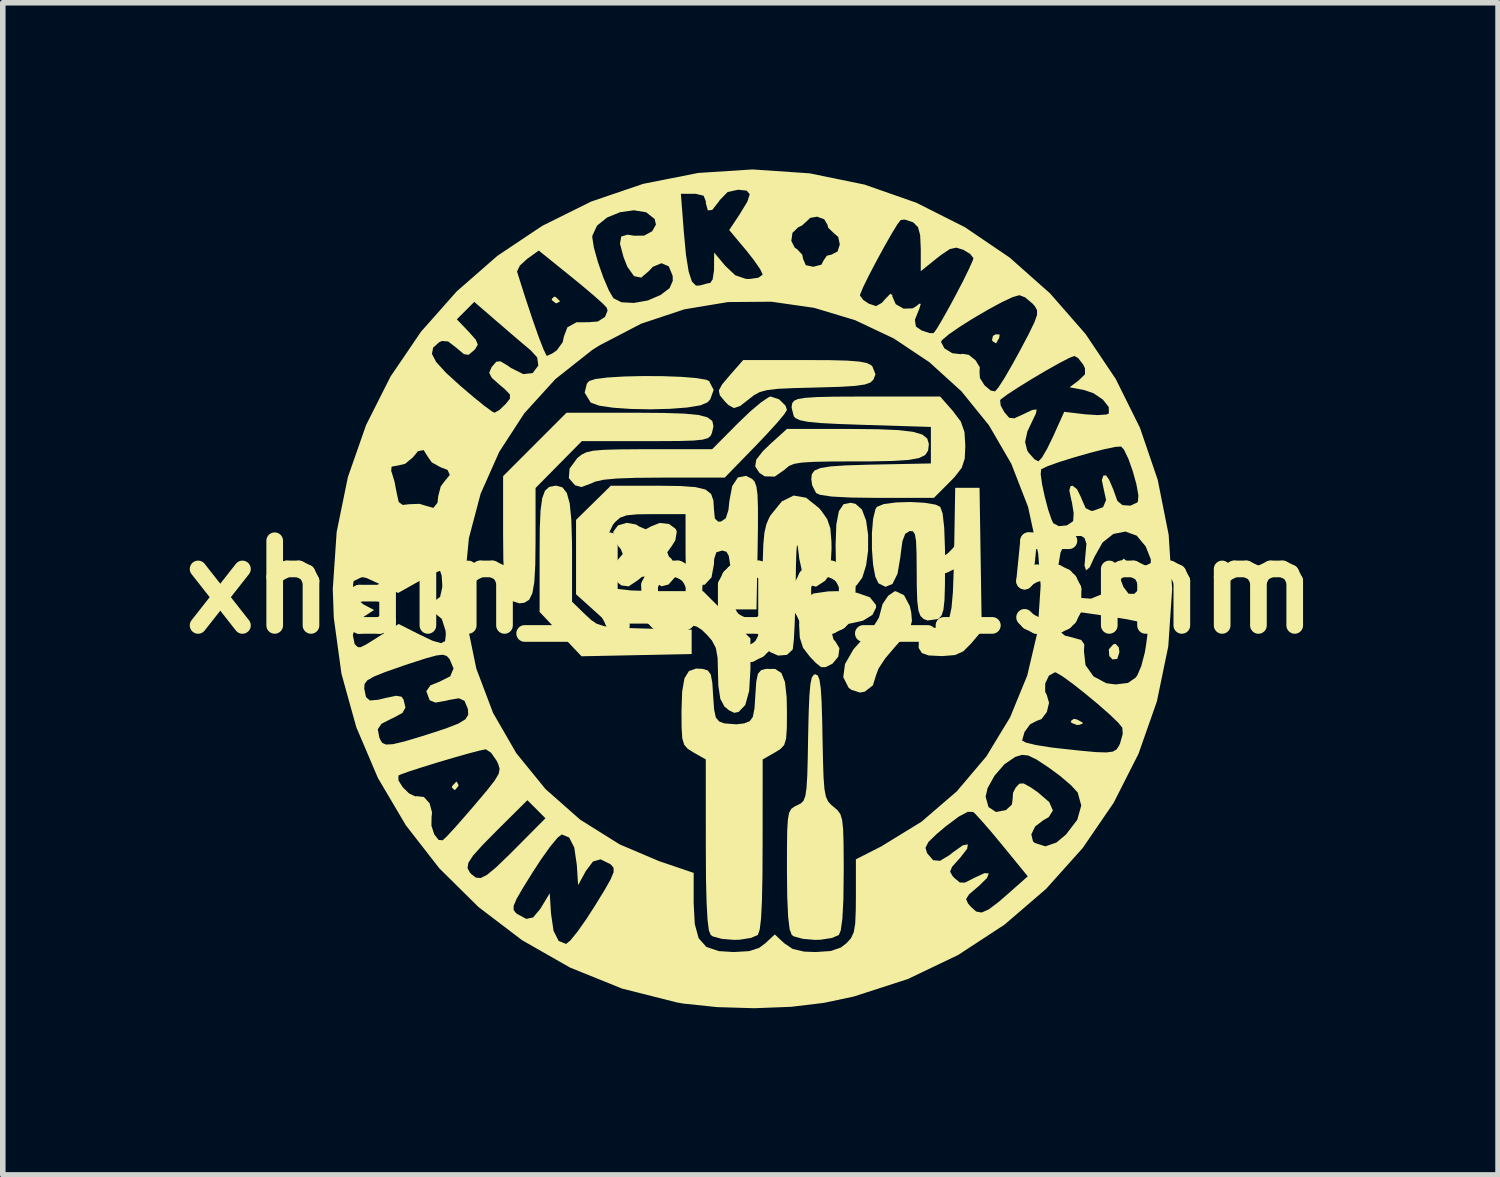
<source format=kicad_pcb>
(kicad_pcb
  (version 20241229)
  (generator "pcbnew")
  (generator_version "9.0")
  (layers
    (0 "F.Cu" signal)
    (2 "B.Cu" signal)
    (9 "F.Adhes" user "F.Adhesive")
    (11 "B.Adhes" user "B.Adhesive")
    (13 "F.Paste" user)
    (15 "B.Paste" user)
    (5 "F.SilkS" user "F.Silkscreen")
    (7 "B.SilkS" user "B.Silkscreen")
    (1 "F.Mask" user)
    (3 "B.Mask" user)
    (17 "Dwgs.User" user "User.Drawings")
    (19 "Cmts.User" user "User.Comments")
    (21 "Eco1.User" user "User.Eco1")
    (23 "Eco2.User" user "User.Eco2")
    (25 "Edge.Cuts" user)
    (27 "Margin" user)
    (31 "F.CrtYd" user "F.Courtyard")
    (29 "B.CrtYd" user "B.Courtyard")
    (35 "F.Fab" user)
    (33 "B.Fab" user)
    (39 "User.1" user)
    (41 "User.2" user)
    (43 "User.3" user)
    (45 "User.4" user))
  (footprint "xhain_logo_15mm"
    (layer "F.Cu")
    (at 10.458 7.518)
    (property "Reference" "xhain_logo_15mm" (at 0 0 0) (layer "F.SilkS") (effects (font (size 1.524 1.524) (thickness 0.3))))
    (attr board_only exclude_from_pos_files exclude_from_bom)
    (fp_poly (pts (xy 4.486 -4.547) (xy 4.477 -4.485) (xy 4.421 -4.387) (xy 4.361 -4.424) (xy 4.348 -4.445) (xy 4.366 -4.522) (xy 4.413 -4.55)) (stroke (width 0) (type solid)) (fill yes) (layer "F.SilkS"))
    (fp_poly (pts (xy -5.256 3.56) (xy -5.255 3.576) (xy -5.311 3.647) (xy -5.332 3.649) (xy -5.376 3.605) (xy -5.365 3.576) (xy -5.299 3.507) (xy -5.287 3.503)) (stroke (width 0) (type solid)) (fill yes) (layer "F.SilkS"))
    (fp_poly (pts (xy -3.503 -5.219) (xy -3.434 -5.153) (xy -3.43 -5.141) (xy -3.487 -5.11) (xy -3.503 -5.109) (xy -3.574 -5.165) (xy -3.576 -5.186) (xy -3.532 -5.23)) (stroke (width 0) (type solid)) (fill yes) (layer "F.SilkS"))
    (fp_poly (pts (xy 5.876 2.382) (xy 5.972 2.434) (xy 5.985 2.453) (xy 5.925 2.478) (xy 5.876 2.482) (xy 5.778 2.443) (xy 5.766 2.411) (xy 5.82 2.371)) (stroke (width 0) (type solid)) (fill yes) (layer "F.SilkS"))
    (fp_poly (pts (xy 6.629 1.083) (xy 6.642 1.168) (xy 6.603 1.292) (xy 6.518 1.302) (xy 6.459 1.241) (xy 6.451 1.12) (xy 6.53 1.031) (xy 6.573 1.022)) (stroke (width 0) (type solid)) (fill yes) (layer "F.SilkS"))
    (fp_poly (pts (xy 1.892 -1.498) (xy 2.007 -1.396) (xy 2.082 -1.198) (xy 2.118 -0.941) (xy 2.118 -0.66) (xy 2.082 -0.392) (xy 2.013 -0.17) (xy 1.911 -0.032) (xy 1.825 -0.003) (xy 1.739 -0.037) (xy 1.66 -0.079) (xy 1.596 -0.141) (xy 1.557 -0.257) (xy 1.538 -0.457) (xy 1.533 -0.761) (xy 1.546 -1.129) (xy 1.592 -1.367) (xy 1.676 -1.492) (xy 1.807 -1.518)) (stroke (width 0) (type solid)) (fill yes) (layer "F.SilkS"))
    (fp_poly (pts (xy 4.144 -0.5) (xy 4.164 0.788) (xy 3.973 1.014) (xy 3.831 1.157) (xy 3.682 1.223) (xy 3.459 1.241) (xy 3.429 1.241) (xy 3.206 1.23) (xy 3.086 1.187) (xy 3.029 1.096) (xy 3.028 1.091) (xy 3.033 0.906) (xy 3.151 0.773) (xy 3.321 0.73) (xy 3.435 0.717) (xy 3.519 0.667) (xy 3.579 0.559) (xy 3.619 0.375) (xy 3.644 0.095) (xy 3.659 -0.298) (xy 3.666 -0.626) (xy 3.686 -1.788) (xy 4.124 -1.788)) (stroke (width 0) (type solid)) (fill yes) (layer "F.SilkS"))
    (fp_poly (pts (xy -1.578 -3.797) (xy -1.248 -3.785) (xy -0.976 -3.763) (xy -0.795 -3.732) (xy -0.744 -3.708) (xy -0.662 -3.549) (xy -0.724 -3.379) (xy -0.772 -3.326) (xy -0.9 -3.272) (xy -1.138 -3.233) (xy -1.45 -3.209) (xy -1.8 -3.2) (xy -2.153 -3.207) (xy -2.472 -3.229) (xy -2.722 -3.266) (xy -2.868 -3.318) (xy -2.878 -3.326) (xy -2.984 -3.499) (xy -2.945 -3.661) (xy -2.905 -3.708) (xy -2.795 -3.745) (xy -2.574 -3.773) (xy -2.274 -3.791) (xy -1.931 -3.799)) (stroke (width 0) (type solid)) (fill yes) (layer "F.SilkS"))
    (fp_poly (pts (xy 2.765 0.146) (xy 2.868 0.34) (xy 2.894 0.456) (xy 2.907 0.608) (xy 2.874 0.736) (xy 2.775 0.882) (xy 2.6 1.078) (xy 2.427 1.282) (xy 2.306 1.465) (xy 2.263 1.58) (xy 2.204 1.769) (xy 2.056 1.883) (xy 1.971 1.898) (xy 1.817 1.849) (xy 1.766 1.81) (xy 1.671 1.621) (xy 1.702 1.385) (xy 1.854 1.12) (xy 2.007 0.949) (xy 2.198 0.735) (xy 2.313 0.55) (xy 2.336 0.464) (xy 2.378 0.306) (xy 2.478 0.157) (xy 2.593 0.077) (xy 2.615 0.074)) (stroke (width 0) (type solid)) (fill yes) (layer "F.SilkS"))
    (fp_poly (pts (xy -3.383 -1.795) (xy -3.305 -1.694) (xy -3.253 -1.506) (xy -3.224 -1.211) (xy -3.212 -0.794) (xy -3.211 -0.64) (xy -3.211 0.263) (xy -2.973 0.494) (xy -2.866 0.593) (xy -2.767 0.66) (xy -2.644 0.701) (xy -2.466 0.724) (xy -2.199 0.737) (xy -1.897 0.746) (xy -1.058 0.766) (xy -1.058 1.204) (xy -2.049 1.225) (xy -3.041 1.245) (xy -3.418 0.846) (xy -3.795 0.447) (xy -3.795 -0.601) (xy -3.792 -1.054) (xy -3.778 -1.38) (xy -3.748 -1.6) (xy -3.698 -1.735) (xy -3.623 -1.803) (xy -3.518 -1.824) (xy -3.491 -1.825)) (stroke (width 0) (type solid)) (fill yes) (layer "F.SilkS"))
    (fp_poly (pts (xy 1.918 0.102) (xy 2.151 0.184) (xy 2.257 0.318) (xy 2.263 0.365) (xy 2.197 0.499) (xy 2.027 0.604) (xy 1.797 0.655) (xy 1.747 0.657) (xy 1.557 0.67) (xy 1.474 0.722) (xy 1.46 0.799) (xy 1.493 0.938) (xy 1.533 0.985) (xy 1.602 1.1) (xy 1.581 1.252) (xy 1.479 1.376) (xy 1.465 1.384) (xy 1.351 1.441) (xy 1.273 1.441) (xy 1.181 1.368) (xy 1.072 1.255) (xy 0.947 1.093) (xy 0.889 0.912) (xy 0.876 0.676) (xy 0.896 0.393) (xy 0.974 0.213) (xy 1.133 0.115) (xy 1.399 0.077) (xy 1.569 0.073)) (stroke (width 0) (type solid)) (fill yes) (layer "F.SilkS"))
    (fp_poly (pts (xy 2.294 -2.842) (xy 2.666 -2.826) (xy 2.926 -2.795) (xy 3.093 -2.746) (xy 3.182 -2.675) (xy 3.211 -2.58) (xy 3.211 -2.567) (xy 3.198 -2.458) (xy 3.146 -2.378) (xy 3.036 -2.324) (xy 2.848 -2.289) (xy 2.564 -2.271) (xy 2.163 -2.263) (xy 1.894 -2.263) (xy 1.459 -2.261) (xy 1.145 -2.255) (xy 0.929 -2.242) (xy 0.788 -2.219) (xy 0.698 -2.183) (xy 0.634 -2.131) (xy 0.62 -2.117) (xy 0.437 -1.989) (xy 0.254 -1.994) (xy 0.161 -2.058) (xy 0.086 -2.172) (xy 0.105 -2.295) (xy 0.229 -2.453) (xy 0.365 -2.583) (xy 0.657 -2.847) (xy 1.793 -2.847)) (stroke (width 0) (type solid)) (fill yes) (layer "F.SilkS"))
    (fp_poly (pts (xy 1.425 -4.085) (xy 1.741 -4.077) (xy 1.957 -4.06) (xy 2.093 -4.034) (xy 2.172 -3.995) (xy 2.195 -3.972) (xy 2.251 -3.831) (xy 2.214 -3.735) (xy 2.16 -3.683) (xy 2.059 -3.647) (xy 1.885 -3.622) (xy 1.616 -3.605) (xy 1.228 -3.594) (xy 1.168 -3.592) (xy 0.771 -3.582) (xy 0.491 -3.569) (xy 0.299 -3.546) (xy 0.168 -3.511) (xy 0.068 -3.457) (xy -0.016 -3.392) (xy -0.187 -3.259) (xy -0.299 -3.223) (xy -0.398 -3.278) (xy -0.463 -3.345) (xy -0.551 -3.453) (xy -0.569 -3.54) (xy -0.508 -3.651) (xy -0.359 -3.827) (xy -0.357 -3.829) (xy -0.131 -4.087) (xy 0.984 -4.087)) (stroke (width 0) (type solid)) (fill yes) (layer "F.SilkS"))
    (fp_poly (pts (xy 0.516 -3.38) (xy 0.632 -3.266) (xy 0.657 -3.189) (xy 0.609 -3.112) (xy 0.479 -2.956) (xy 0.287 -2.746) (xy 0.097 -2.546) (xy -0.463 -1.971) (xy -1.584 -1.971) (xy -2.055 -1.967) (xy -2.4 -1.955) (xy -2.64 -1.933) (xy -2.795 -1.899) (xy -2.867 -1.866) (xy -3.044 -1.801) (xy -3.157 -1.833) (xy -3.269 -1.962) (xy -3.255 -2.134) (xy -3.116 -2.323) (xy -3.042 -2.383) (xy -2.956 -2.426) (xy -2.831 -2.455) (xy -2.643 -2.471) (xy -2.368 -2.479) (xy -1.98 -2.482) (xy -1.818 -2.482) (xy -0.689 -2.482) (xy -0.219 -2.956) (xy 0.001 -3.166) (xy 0.194 -3.328) (xy 0.33 -3.419) (xy 0.366 -3.43)) (stroke (width 0) (type solid)) (fill yes) (layer "F.SilkS"))
    (fp_poly (pts (xy -1.564 -3.135) (xy -1.192 -3.123) (xy -0.933 -3.098) (xy -0.77 -3.054) (xy -0.686 -2.989) (xy -0.666 -2.897) (xy -0.692 -2.777) (xy -0.718 -2.721) (xy -0.767 -2.681) (xy -0.862 -2.654) (xy -1.025 -2.638) (xy -1.279 -2.63) (xy -1.644 -2.628) (xy -1.887 -2.628) (xy -3.034 -2.628) (xy -3.451 -2.206) (xy -3.868 -1.784) (xy -3.868 -0.834) (xy -3.873 -0.4) (xy -3.89 -0.093) (xy -3.925 0.11) (xy -3.983 0.228) (xy -4.07 0.282) (xy -4.16 0.292) (xy -4.314 0.243) (xy -4.365 0.204) (xy -4.405 0.097) (xy -4.432 -0.136) (xy -4.448 -0.503) (xy -4.452 -0.94) (xy -4.452 -1.997) (xy -3.882 -2.568) (xy -3.311 -3.139) (xy -2.066 -3.139)) (stroke (width 0) (type solid)) (fill yes) (layer "F.SilkS"))
    (fp_poly (pts (xy -2.056 -1.126) (xy -2.003 -1.091) (xy -1.885 -1.041) (xy -1.792 -1.091) (xy -1.634 -1.155) (xy -1.464 -1.136) (xy -1.345 -1.047) (xy -1.326 -0.998) (xy -1.352 -0.842) (xy -1.419 -0.735) (xy -1.497 -0.627) (xy -1.468 -0.551) (xy -1.422 -0.51) (xy -1.335 -0.357) (xy -1.358 -0.179) (xy -1.474 -0.047) (xy -1.599 -0.014) (xy -1.738 -0.097) (xy -1.747 -0.106) (xy -1.866 -0.196) (xy -1.953 -0.184) (xy -2.031 -0.121) (xy -2.193 -0.013) (xy -2.325 -0.031) (xy -2.394 -0.088) (xy -2.476 -0.258) (xy -2.434 -0.439) (xy -2.37 -0.512) (xy -2.298 -0.596) (xy -2.333 -0.684) (xy -2.377 -0.735) (xy -2.46 -0.89) (xy -2.469 -0.998) (xy -2.384 -1.111) (xy -2.226 -1.157)) (stroke (width 0) (type solid)) (fill yes) (layer "F.SilkS"))
    (fp_poly (pts (xy 1.001 -1.609) (xy 1.234 -1.423) (xy 1.274 -1.377) (xy 1.381 -1.225) (xy 1.438 -1.058) (xy 1.458 -0.823) (xy 1.46 -0.693) (xy 1.443 -0.374) (xy 1.389 -0.176) (xy 1.345 -0.115) (xy 1.181 -0.008) (xy 1.046 -0.042) (xy 0.944 -0.213) (xy 0.878 -0.516) (xy 0.869 -0.599) (xy 0.851 -0.74) (xy 0.838 -0.754) (xy 0.827 -0.637) (xy 0.819 -0.382) (xy 0.814 -0.024) (xy 0.807 0.358) (xy 0.795 0.693) (xy 0.781 0.952) (xy 0.764 1.104) (xy 0.759 1.125) (xy 0.657 1.22) (xy 0.5 1.233) (xy 0.351 1.168) (xy 0.295 1.1) (xy 0.267 0.977) (xy 0.244 0.739) (xy 0.227 0.418) (xy 0.22 0.045) (xy 0.219 -0.05) (xy 0.222 -0.468) (xy 0.232 -0.769) (xy 0.252 -0.981) (xy 0.287 -1.132) (xy 0.338 -1.251) (xy 0.361 -1.291) (xy 0.564 -1.542) (xy 0.778 -1.648)) (stroke (width 0) (type solid)) (fill yes) (layer "F.SilkS"))
    (fp_poly (pts (xy 3.642 -3.172) (xy 3.787 -2.98) (xy 3.853 -2.79) (xy 3.868 -2.543) (xy 3.857 -2.311) (xy 3.803 -2.147) (xy 3.678 -1.985) (xy 3.585 -1.889) (xy 3.302 -1.606) (xy 2.286 -1.606) (xy 1.804 -1.612) (xy 1.462 -1.63) (xy 1.254 -1.661) (xy 1.182 -1.693) (xy 1.111 -1.833) (xy 1.095 -1.947) (xy 1.106 -2.034) (xy 1.153 -2.098) (xy 1.256 -2.142) (xy 1.435 -2.172) (xy 1.711 -2.191) (xy 2.102 -2.203) (xy 2.336 -2.208) (xy 3.248 -2.226) (xy 3.248 -2.883) (xy 2.051 -2.92) (xy 1.594 -2.936) (xy 1.262 -2.953) (xy 1.035 -2.975) (xy 0.891 -3.004) (xy 0.81 -3.042) (xy 0.781 -3.074) (xy 0.74 -3.233) (xy 0.752 -3.311) (xy 0.785 -3.354) (xy 0.856 -3.386) (xy 0.987 -3.407) (xy 1.198 -3.421) (xy 1.508 -3.428) (xy 1.937 -3.43) (xy 2.107 -3.43) (xy 3.415 -3.43)) (stroke (width 0) (type solid)) (fill yes) (layer "F.SilkS"))
    (fp_poly (pts (xy 3.137 -1.518) (xy 3.335 -1.484) (xy 3.416 -1.445) (xy 3.459 -1.326) (xy 3.488 -1.069) (xy 3.502 -0.671) (xy 3.503 -0.426) (xy 3.501 -0.036) (xy 3.493 0.233) (xy 3.474 0.406) (xy 3.442 0.507) (xy 3.395 0.562) (xy 3.374 0.575) (xy 3.187 0.601) (xy 3.118 0.574) (xy 3.061 0.521) (xy 3.024 0.423) (xy 3.003 0.25) (xy 2.994 -0.023) (xy 2.993 -0.264) (xy 2.99 -0.607) (xy 2.981 -0.829) (xy 2.96 -0.953) (xy 2.924 -1.005) (xy 2.868 -1.009) (xy 2.865 -1.008) (xy 2.786 -0.959) (xy 2.736 -0.827) (xy 2.703 -0.583) (xy 2.701 -0.554) (xy 2.648 -0.242) (xy 2.557 -0.057) (xy 2.432 -0.005) (xy 2.305 -0.068) (xy 2.247 -0.189) (xy 2.207 -0.41) (xy 2.187 -0.687) (xy 2.187 -0.975) (xy 2.208 -1.229) (xy 2.251 -1.405) (xy 2.277 -1.445) (xy 2.401 -1.495) (xy 2.62 -1.524) (xy 2.882 -1.532)) (stroke (width 0) (type solid)) (fill yes) (layer "F.SilkS"))
    (fp_poly (pts (xy 1.211 1.59) (xy 1.242 1.666) (xy 1.265 1.817) (xy 1.281 2.062) (xy 1.292 2.422) (xy 1.297 2.692) (xy 1.306 3.119) (xy 1.316 3.425) (xy 1.332 3.634) (xy 1.358 3.77) (xy 1.397 3.857) (xy 1.453 3.919) (xy 1.498 3.956) (xy 1.569 4.017) (xy 1.619 4.087) (xy 1.65 4.19) (xy 1.668 4.353) (xy 1.676 4.601) (xy 1.679 4.96) (xy 1.679 5.136) (xy 1.673 5.622) (xy 1.655 5.968) (xy 1.625 6.182) (xy 1.591 6.262) (xy 1.469 6.315) (xy 1.264 6.347) (xy 1.168 6.35) (xy 0.946 6.332) (xy 0.782 6.287) (xy 0.744 6.262) (xy 0.705 6.157) (xy 0.678 5.927) (xy 0.662 5.566) (xy 0.657 5.093) (xy 0.658 4.675) (xy 0.662 4.38) (xy 0.674 4.184) (xy 0.696 4.063) (xy 0.734 3.993) (xy 0.789 3.952) (xy 0.838 3.929) (xy 0.906 3.894) (xy 0.955 3.846) (xy 0.988 3.761) (xy 1.009 3.618) (xy 1.023 3.393) (xy 1.032 3.063) (xy 1.038 2.708) (xy 1.048 2.269) (xy 1.061 1.956) (xy 1.079 1.749) (xy 1.104 1.63) (xy 1.14 1.577) (xy 1.168 1.569)) (stroke (width 0) (type solid)) (fill yes) (layer "F.SilkS"))
    (fp_poly (pts (xy -0.862 1.472) (xy -0.768 1.5) (xy -0.715 1.571) (xy -0.686 1.723) (xy -0.672 1.952) (xy -0.654 2.204) (xy -0.623 2.348) (xy -0.562 2.419) (xy -0.471 2.453) (xy -0.253 2.47) (xy -0.113 2.453) (xy -0.014 2.414) (xy 0.043 2.337) (xy 0.073 2.184) (xy 0.088 1.952) (xy 0.105 1.7) (xy 0.135 1.56) (xy 0.193 1.495) (xy 0.278 1.472) (xy 0.445 1.473) (xy 0.557 1.546) (xy 0.622 1.71) (xy 0.652 1.986) (xy 0.657 2.238) (xy 0.655 2.539) (xy 0.642 2.728) (xy 0.607 2.842) (xy 0.541 2.914) (xy 0.438 2.978) (xy 0.22 3.102) (xy 0.219 4.638) (xy 0.216 5.212) (xy 0.207 5.651) (xy 0.191 5.964) (xy 0.167 6.163) (xy 0.135 6.258) (xy 0.131 6.262) (xy 0.009 6.315) (xy -0.196 6.347) (xy -0.292 6.35) (xy -0.513 6.332) (xy -0.678 6.287) (xy -0.715 6.262) (xy -0.748 6.178) (xy -0.772 5.99) (xy -0.789 5.688) (xy -0.8 5.263) (xy -0.803 4.703) (xy -0.803 4.638) (xy -0.804 3.102) (xy -1.022 2.978) (xy -1.129 2.911) (xy -1.193 2.837) (xy -1.227 2.721) (xy -1.239 2.527) (xy -1.241 2.238) (xy -1.229 1.878) (xy -1.188 1.643) (xy -1.108 1.512) (xy -0.979 1.466)) (stroke (width 0) (type solid)) (fill yes) (layer "F.SilkS"))
    (fp_poly (pts (xy 0.028 -1.949) (xy 0.075 -1.899) (xy 0.107 -1.812) (xy 0.127 -1.666) (xy 0.135 -1.438) (xy 0.135 -1.106) (xy 0.13 -0.729) (xy 0.109 0.401) (xy -0.328 0.401) (xy -0.35 -0.128) (xy -0.365 -0.403) (xy -0.39 -0.563) (xy -0.433 -0.637) (xy -0.505 -0.657) (xy -0.514 -0.657) (xy -0.614 -0.626) (xy -0.653 -0.507) (xy -0.657 -0.41) (xy -0.701 -0.175) (xy -0.822 -0.043) (xy -1.002 -0.031) (xy -1.018 -0.035) (xy -1.092 -0.072) (xy -1.136 -0.146) (xy -1.159 -0.289) (xy -1.167 -0.531) (xy -1.168 -0.698) (xy -1.168 -1.314) (xy -1.746 -1.314) (xy -2.041 -1.31) (xy -2.228 -1.292) (xy -2.346 -1.25) (xy -2.434 -1.173) (xy -2.476 -1.121) (xy -2.563 -0.938) (xy -2.617 -0.684) (xy -2.633 -0.411) (xy -2.609 -0.172) (xy -2.543 -0.017) (xy -2.54 -0.015) (xy -2.414 0.031) (xy -2.149 0.06) (xy -1.749 0.073) (xy -1.652 0.073) (xy -0.853 0.073) (xy 0 0.925) (xy 0 1.479) (xy -0.023 1.868) (xy -0.093 2.122) (xy -0.213 2.247) (xy -0.292 2.263) (xy -0.388 2.216) (xy -0.469 2.148) (xy -0.542 2.012) (xy -0.578 1.772) (xy -0.584 1.55) (xy -0.591 1.275) (xy -0.623 1.095) (xy -0.693 0.962) (xy -0.78 0.862) (xy -0.873 0.771) (xy -0.965 0.712) (xy -1.09 0.678) (xy -1.278 0.662) (xy -1.563 0.657) (xy -1.765 0.657) (xy -2.554 0.657) (xy -3.139 0.129) (xy -3.139 -1.21) (xy -2.513 -1.825) (xy -1.672 -1.825) (xy -1.268 -1.82) (xy -0.988 -1.8) (xy -0.809 -1.756) (xy -0.709 -1.678) (xy -0.666 -1.558) (xy -0.657 -1.403) (xy -0.641 -1.235) (xy -0.581 -1.178) (xy -0.529 -1.181) (xy -0.443 -1.239) (xy -0.396 -1.389) (xy -0.379 -1.551) (xy -0.328 -1.819) (xy -0.225 -1.974) (xy -0.081 -2.003)) (stroke (width 0) (type solid)) (fill yes) (layer "F.SilkS"))
    (fp_poly (pts (xy 1.065 -7.448) (xy 2.051 -7.246) (xy 2.986 -6.919) (xy 3.861 -6.478) (xy 4.667 -5.931) (xy 5.393 -5.287) (xy 6.032 -4.556) (xy 6.575 -3.747) (xy 7.011 -2.869) (xy 7.331 -1.931) (xy 7.528 -0.943) (xy 7.591 0.036) (xy 7.521 1.067) (xy 7.316 2.058) (xy 6.985 3.001) (xy 6.537 3.884) (xy 5.98 4.697) (xy 5.322 5.432) (xy 4.573 6.076) (xy 3.74 6.621) (xy 2.833 7.055) (xy 1.859 7.37) (xy 1.322 7.484) (xy 0.73 7.555) (xy 0.067 7.58) (xy -0.602 7.56) (xy -1.212 7.496) (xy -1.32 7.477) (xy -2.313 7.226) (xy -3.246 6.849) (xy -4.11 6.356) (xy -4.825 5.812) (xy -4.263 5.812) (xy -4.221 5.866) (xy -4.196 5.885) (xy -4.036 5.972) (xy -3.912 5.946) (xy -3.786 5.796) (xy -3.756 5.748) (xy -3.613 5.511) (xy -3.59 5.874) (xy -3.544 6.188) (xy -3.452 6.369) (xy -3.319 6.423) (xy -3.245 6.364) (xy -3.116 6.206) (xy -2.952 5.973) (xy -2.81 5.753) (xy -2.627 5.456) (xy -2.515 5.257) (xy -2.463 5.131) (xy -2.463 5.054) (xy -2.505 5.001) (xy -2.524 4.986) (xy -2.697 4.9) (xy -2.834 4.939) (xy -2.965 5.113) (xy -2.972 5.127) (xy -3.102 5.365) (xy -3.125 5.002) (xy -3.171 4.688) (xy -3.263 4.507) (xy -3.396 4.452) (xy -3.472 4.511) (xy -3.602 4.668) (xy -3.768 4.9) (xy -3.911 5.119) (xy -4.095 5.414) (xy -4.209 5.611) (xy -4.262 5.736) (xy -4.263 5.812) (xy -4.825 5.812) (xy -4.897 5.757) (xy -5.598 5.064) (xy -5.604 5.057) (xy -5.093 5.057) (xy -5.051 5.136) (xy -5.022 5.168) (xy -4.942 5.229) (xy -4.856 5.237) (xy -4.742 5.18) (xy -4.58 5.046) (xy -4.347 4.822) (xy -4.233 4.708) (xy -3.69 4.161) (xy -3.852 3.998) (xy -4.015 3.836) (xy -4.562 4.379) (xy -4.824 4.645) (xy -4.992 4.832) (xy -5.077 4.962) (xy -5.093 5.057) (xy -5.604 5.057) (xy -6.203 4.287) (xy -6.68 3.479) (xy -6.336 3.479) (xy -6.259 3.602) (xy -6.144 3.714) (xy -6.034 3.767) (xy -6.007 3.763) (xy -5.878 3.778) (xy -5.775 3.892) (xy -5.731 4.058) (xy -5.74 4.135) (xy -5.742 4.294) (xy -5.692 4.449) (xy -5.613 4.551) (xy -5.54 4.557) (xy -5.464 4.486) (xy -5.318 4.328) (xy -5.125 4.109) (xy -4.964 3.922) (xy -4.742 3.659) (xy -4.602 3.48) (xy -4.531 3.359) (xy -4.515 3.268) (xy -4.541 3.182) (xy -4.568 3.126) (xy -4.668 2.982) (xy -4.762 2.92) (xy -4.764 2.92) (xy -4.869 2.941) (xy -5.072 2.994) (xy -5.337 3.069) (xy -5.628 3.155) (xy -5.909 3.242) (xy -6.144 3.318) (xy -6.297 3.373) (xy -6.336 3.392) (xy -6.336 3.479) (xy -6.68 3.479) (xy -6.705 3.437) (xy -7.094 2.523) (xy -7.289 1.823) (xy -6.951 1.823) (xy -6.951 1.829) (xy -6.92 1.98) (xy -6.849 2.041) (xy -6.7 2.028) (xy -6.57 1.996) (xy -6.377 1.956) (xy -6.28 1.973) (xy -6.244 2.024) (xy -6.21 2.168) (xy -6.264 2.265) (xy -6.43 2.355) (xy -6.459 2.367) (xy -6.642 2.461) (xy -6.708 2.56) (xy -6.68 2.707) (xy -6.671 2.731) (xy -6.63 2.802) (xy -6.56 2.834) (xy -6.434 2.827) (xy -6.227 2.778) (xy -5.913 2.684) (xy -5.825 2.656) (xy -5.481 2.544) (xy -5.256 2.456) (xy -5.13 2.379) (xy -5.08 2.298) (xy -5.085 2.201) (xy -5.089 2.186) (xy -5.147 2.047) (xy -5.248 2.001) (xy -5.435 2.033) (xy -5.478 2.045) (xy -5.669 2.079) (xy -5.77 2.038) (xy -5.779 2.024) (xy -5.834 1.874) (xy -5.761 1.769) (xy -5.602 1.705) (xy -5.404 1.606) (xy -5.344 1.464) (xy -5.417 1.293) (xy -5.468 1.239) (xy -5.538 1.217) (xy -5.656 1.231) (xy -5.849 1.284) (xy -6.145 1.38) (xy -6.241 1.412) (xy -6.567 1.526) (xy -6.777 1.61) (xy -6.896 1.678) (xy -6.946 1.744) (xy -6.951 1.823) (xy -7.289 1.823) (xy -7.362 1.557) (xy -7.457 0.864) (xy -7.157 0.864) (xy -7.125 1.021) (xy -7.104 1.046) (xy -7.065 1.081) (xy -7.017 1.082) (xy -6.925 1.037) (xy -6.757 0.933) (xy -6.672 0.879) (xy -6.332 0.664) (xy -5.978 0.843) (xy -5.723 0.965) (xy -5.57 1.009) (xy -5.497 0.974) (xy -5.483 0.857) (xy -5.488 0.785) (xy -5.556 0.571) (xy -5.675 0.475) (xy -5.816 0.388) (xy -5.811 0.313) (xy -5.693 0.255) (xy -5.586 0.176) (xy -5.548 0.005) (xy -5.547 -0.041) (xy -5.548 -0.056) (xy -5.147 -0.056) (xy -5.11 0.614) (xy -4.934 1.468) (xy -4.633 2.264) (xy -4.214 2.99) (xy -3.689 3.635) (xy -3.065 4.186) (xy -2.354 4.631) (xy -1.646 4.932) (xy -1.022 5.144) (xy -1.022 5.687) (xy -1.002 6.065) (xy -0.932 6.321) (xy -0.794 6.476) (xy -0.571 6.552) (xy -0.302 6.569) (xy -0.028 6.553) (xy 0.155 6.495) (xy 0.269 6.41) (xy 0.438 6.252) (xy 0.607 6.41) (xy 0.76 6.513) (xy 0.965 6.561) (xy 1.168 6.569) (xy 1.441 6.551) (xy 1.625 6.489) (xy 1.729 6.41) (xy 1.809 6.321) (xy 1.859 6.215) (xy 1.886 6.057) (xy 1.896 5.811) (xy 1.898 5.576) (xy 1.898 4.9) (xy 2.304 4.693) (xy 3.151 4.693) (xy 3.18 4.789) (xy 3.288 4.915) (xy 3.412 4.927) (xy 3.583 4.824) (xy 3.643 4.775) (xy 3.823 4.648) (xy 3.913 4.631) (xy 3.901 4.71) (xy 3.774 4.874) (xy 3.757 4.892) (xy 3.629 5.035) (xy 3.594 5.123) (xy 3.64 5.203) (xy 3.674 5.238) (xy 3.769 5.317) (xy 3.86 5.319) (xy 4.009 5.245) (xy 4.027 5.235) (xy 4.212 5.149) (xy 4.29 5.154) (xy 4.257 5.237) (xy 4.107 5.385) (xy 4.088 5.4) (xy 3.935 5.531) (xy 3.882 5.615) (xy 3.915 5.693) (xy 3.97 5.757) (xy 4.064 5.84) (xy 4.161 5.858) (xy 4.289 5.802) (xy 4.474 5.662) (xy 4.669 5.492) (xy 4.992 5.206) (xy 4.537 4.649) (xy 4.336 4.407) (xy 4.163 4.208) (xy 4.045 4.079) (xy 4.009 4.047) (xy 3.912 4.045) (xy 3.751 4.13) (xy 3.513 4.309) (xy 3.357 4.44) (xy 3.203 4.589) (xy 3.151 4.693) (xy 2.304 4.693) (xy 2.354 4.668) (xy 3.079 4.223) (xy 3.602 3.773) (xy 4.233 3.773) (xy 4.286 3.96) (xy 4.42 4.048) (xy 4.599 4.014) (xy 4.705 3.916) (xy 4.718 3.833) (xy 4.727 3.702) (xy 4.775 3.608) (xy 4.84 3.538) (xy 4.917 3.534) (xy 5.044 3.604) (xy 5.172 3.692) (xy 5.379 3.871) (xy 5.444 4.02) (xy 5.369 4.141) (xy 5.272 4.196) (xy 5.125 4.308) (xy 5.056 4.451) (xy 5.086 4.577) (xy 5.12 4.606) (xy 5.31 4.666) (xy 5.509 4.597) (xy 5.679 4.455) (xy 5.883 4.188) (xy 5.955 3.931) (xy 5.892 3.701) (xy 5.886 3.692) (xy 5.772 3.568) (xy 5.579 3.403) (xy 5.375 3.252) (xy 5.151 3.104) (xy 5.001 3.031) (xy 4.886 3.02) (xy 4.765 3.057) (xy 4.572 3.189) (xy 4.393 3.395) (xy 4.268 3.62) (xy 4.233 3.773) (xy 3.602 3.773) (xy 3.713 3.678) (xy 4.247 3.047) (xy 4.421 2.76) (xy 4.89 2.76) (xy 4.957 2.798) (xy 5.137 2.842) (xy 5.397 2.884) (xy 5.529 2.9) (xy 5.935 2.944) (xy 6.22 2.97) (xy 6.408 2.976) (xy 6.523 2.961) (xy 6.591 2.921) (xy 6.634 2.856) (xy 6.653 2.815) (xy 6.701 2.643) (xy 6.694 2.532) (xy 6.622 2.442) (xy 6.466 2.292) (xy 6.257 2.108) (xy 6.025 1.916) (xy 5.802 1.74) (xy 5.616 1.605) (xy 5.499 1.537) (xy 5.482 1.533) (xy 5.373 1.594) (xy 5.306 1.734) (xy 5.305 1.885) (xy 5.334 1.941) (xy 5.375 2.082) (xy 5.335 2.248) (xy 5.239 2.376) (xy 5.15 2.409) (xy 5.035 2.469) (xy 4.933 2.608) (xy 4.89 2.76) (xy 4.421 2.76) (xy 4.673 2.346) (xy 4.983 1.59) (xy 5.17 0.794) (xy 5.179 0.649) (xy 5.547 0.649) (xy 5.569 0.799) (xy 5.663 0.874) (xy 5.79 0.905) (xy 5.953 0.951) (xy 6.01 1.031) (xy 6.003 1.152) (xy 6.031 1.404) (xy 6.175 1.607) (xy 6.405 1.73) (xy 6.573 1.752) (xy 6.796 1.725) (xy 6.934 1.629) (xy 6.964 1.587) (xy 7.036 1.419) (xy 7.099 1.176) (xy 7.121 1.044) (xy 7.144 0.869) (xy 7.143 0.752) (xy 7.097 0.674) (xy 6.98 0.621) (xy 6.772 0.578) (xy 6.448 0.527) (xy 6.35 0.512) (xy 6.001 0.461) (xy 5.771 0.44) (xy 5.635 0.453) (xy 5.569 0.504) (xy 5.548 0.598) (xy 5.547 0.649) (xy 5.179 0.649) (xy 5.224 -0.027) (xy 5.195 -0.4) (xy 5.544 -0.4) (xy 5.564 -0.172) (xy 5.652 0.025) (xy 5.693 0.073) (xy 5.896 0.191) (xy 6.13 0.208) (xy 6.334 0.124) (xy 6.374 0.086) (xy 6.484 -0.078) (xy 6.575 -0.278) (xy 6.647 -0.436) (xy 6.716 -0.51) (xy 6.722 -0.511) (xy 6.782 -0.458) (xy 6.771 -0.343) (xy 6.708 -0.241) (xy 6.667 -0.129) (xy 6.711 -0.008) (xy 6.806 0.119) (xy 6.907 0.122) (xy 7.04 -0.004) (xy 7.075 -0.046) (xy 7.201 -0.271) (xy 7.207 -0.499) (xy 7.115 -0.732) (xy 6.952 -0.927) (xy 6.748 -1) (xy 6.533 -0.957) (xy 6.339 -0.804) (xy 6.195 -0.549) (xy 6.106 -0.355) (xy 6.042 -0.302) (xy 6.013 -0.386) (xy 6.03 -0.583) (xy 6.048 -0.782) (xy 6.012 -0.885) (xy 5.955 -0.92) (xy 5.797 -0.919) (xy 5.669 -0.809) (xy 5.582 -0.624) (xy 5.544 -0.4) (xy 5.195 -0.4) (xy 5.18 -0.601) (xy 4.997 -1.445) (xy 4.769 -2.031) (xy 5.225 -2.031) (xy 5.25 -1.85) (xy 5.299 -1.623) (xy 5.359 -1.394) (xy 5.422 -1.211) (xy 5.451 -1.15) (xy 5.551 -1.097) (xy 5.695 -1.111) (xy 5.801 -1.181) (xy 5.81 -1.198) (xy 5.818 -1.333) (xy 5.786 -1.53) (xy 5.777 -1.563) (xy 5.74 -1.741) (xy 5.762 -1.817) (xy 5.798 -1.825) (xy 5.879 -1.762) (xy 5.954 -1.609) (xy 5.961 -1.587) (xy 6.035 -1.42) (xy 6.138 -1.371) (xy 6.172 -1.375) (xy 6.347 -1.439) (xy 6.402 -1.567) (xy 6.363 -1.745) (xy 6.325 -1.926) (xy 6.354 -2.01) (xy 6.402 -2.01) (xy 6.456 -1.933) (xy 6.531 -1.758) (xy 6.605 -1.551) (xy 6.696 -1.476) (xy 6.84 -1.466) (xy 6.962 -1.523) (xy 6.975 -1.541) (xy 6.983 -1.654) (xy 6.947 -1.853) (xy 6.882 -2.087) (xy 6.803 -2.31) (xy 6.724 -2.474) (xy 6.673 -2.53) (xy 6.57 -2.524) (xy 6.368 -2.482) (xy 6.106 -2.415) (xy 5.823 -2.334) (xy 5.557 -2.251) (xy 5.348 -2.176) (xy 5.236 -2.122) (xy 5.232 -2.119) (xy 5.225 -2.031) (xy 4.769 -2.031) (xy 4.697 -2.218) (xy 4.293 -2.913) (xy 3.926 -3.366) (xy 4.494 -3.366) (xy 4.504 -3.27) (xy 4.569 -3.151) (xy 4.657 -3.048) (xy 4.749 -3.038) (xy 4.891 -3.102) (xy 5.075 -3.189) (xy 5.152 -3.198) (xy 5.139 -3.125) (xy 5.112 -3.07) (xy 4.985 -2.802) (xy 4.944 -2.611) (xy 4.981 -2.462) (xy 5.009 -2.417) (xy 5.113 -2.301) (xy 5.182 -2.263) (xy 5.243 -2.324) (xy 5.338 -2.485) (xy 5.447 -2.709) (xy 5.648 -3.155) (xy 6.031 -3.11) (xy 6.253 -3.096) (xy 6.409 -3.107) (xy 6.452 -3.126) (xy 6.449 -3.242) (xy 6.345 -3.374) (xy 6.177 -3.489) (xy 6.009 -3.547) (xy 5.745 -3.597) (xy 5.91 -3.721) (xy 6.022 -3.831) (xy 6.021 -3.941) (xy 5.991 -4.003) (xy 5.898 -4.124) (xy 5.828 -4.16) (xy 5.736 -4.124) (xy 5.554 -4.029) (xy 5.318 -3.896) (xy 5.061 -3.744) (xy 4.818 -3.594) (xy 4.622 -3.466) (xy 4.508 -3.381) (xy 4.494 -3.366) (xy 3.926 -3.366) (xy 3.797 -3.525) (xy 3.221 -4.048) (xy 2.673 -4.414) (xy 3.43 -4.414) (xy 3.492 -4.297) (xy 3.634 -4.21) (xy 3.788 -4.192) (xy 3.813 -4.2) (xy 3.93 -4.181) (xy 4.051 -4.084) (xy 4.128 -3.958) (xy 4.124 -3.868) (xy 4.131 -3.763) (xy 4.213 -3.633) (xy 4.325 -3.538) (xy 4.403 -3.523) (xy 4.464 -3.594) (xy 4.575 -3.767) (xy 4.718 -4.014) (xy 4.846 -4.247) (xy 5.009 -4.555) (xy 5.11 -4.763) (xy 5.158 -4.896) (xy 5.159 -4.984) (xy 5.122 -5.053) (xy 5.08 -5.101) (xy 4.945 -5.215) (xy 4.841 -5.255) (xy 4.72 -5.22) (xy 4.52 -5.126) (xy 4.273 -4.992) (xy 4.01 -4.838) (xy 3.764 -4.683) (xy 3.566 -4.546) (xy 3.449 -4.446) (xy 3.43 -4.414) (xy 2.673 -4.414) (xy 2.58 -4.476) (xy 1.883 -4.805) (xy 1.146 -5.027) (xy 0.379 -5.137) (xy -0.403 -5.131) (xy -1.19 -5) (xy -1.968 -4.741) (xy -2.724 -4.347) (xy -2.851 -4.266) (xy -3.511 -3.744) (xy -4.071 -3.128) (xy -4.522 -2.434) (xy -4.857 -1.68) (xy -5.068 -0.881) (xy -5.147 -0.056) (xy -5.548 -0.056) (xy -5.558 -0.208) (xy -5.586 -0.29) (xy -5.591 -0.292) (xy -5.674 -0.259) (xy -5.842 -0.174) (xy -5.989 -0.093) (xy -6.343 0.106) (xy -6.677 -0.057) (xy -6.921 -0.168) (xy -7.064 -0.206) (xy -7.132 -0.168) (xy -7.152 -0.049) (xy -7.153 -0.002) (xy -7.107 0.194) (xy -6.964 0.313) (xy -6.775 0.412) (xy -6.964 0.536) (xy -7.098 0.683) (xy -7.157 0.864) (xy -7.457 0.864) (xy -7.5 0.549) (xy -7.518 0.036) (xy -7.448 -0.993) (xy -7.246 -1.98) (xy -7.209 -2.086) (xy -6.466 -2.086) (xy -6.456 -2.062) (xy -6.407 -1.9) (xy -6.367 -1.693) (xy -6.331 -1.531) (xy -6.259 -1.479) (xy -6.141 -1.492) (xy -5.957 -1.499) (xy -5.843 -1.464) (xy -5.707 -1.426) (xy -5.633 -1.518) (xy -5.62 -1.638) (xy -5.575 -1.811) (xy -5.511 -1.898) (xy -5.411 -2.02) (xy -5.452 -2.109) (xy -5.581 -2.159) (xy -5.736 -2.245) (xy -5.805 -2.343) (xy -5.882 -2.466) (xy -5.984 -2.447) (xy -6.075 -2.336) (xy -6.216 -2.219) (xy -6.339 -2.19) (xy -6.46 -2.168) (xy -6.466 -2.086) (xy -7.209 -2.086) (xy -6.919 -2.916) (xy -6.478 -3.791) (xy -6.201 -4.198) (xy -5.733 -4.198) (xy -5.658 -4.053) (xy -5.479 -3.857) (xy -5.22 -3.621) (xy -4.981 -3.418) (xy -4.782 -3.257) (xy -4.647 -3.159) (xy -4.607 -3.139) (xy -4.52 -3.187) (xy -4.41 -3.291) (xy -4.33 -3.391) (xy -4.329 -3.467) (xy -4.422 -3.564) (xy -4.511 -3.638) (xy -4.657 -3.768) (xy -4.702 -3.858) (xy -4.663 -3.951) (xy -4.648 -3.972) (xy -4.575 -4.057) (xy -4.501 -4.065) (xy -4.377 -3.992) (xy -4.314 -3.947) (xy -4.089 -3.834) (xy -3.921 -3.852) (xy -3.818 -3.988) (xy -3.838 -4.134) (xy -3.956 -4.263) (xy -4.105 -4.388) (xy -4.318 -4.57) (xy -4.55 -4.77) (xy -4.556 -4.775) (xy -4.971 -5.134) (xy -5.285 -4.82) (xy -5.073 -4.599) (xy -4.944 -4.454) (xy -4.908 -4.365) (xy -4.954 -4.285) (xy -4.984 -4.255) (xy -5.075 -4.181) (xy -5.158 -4.194) (xy -5.287 -4.302) (xy -5.293 -4.308) (xy -5.442 -4.422) (xy -5.555 -4.43) (xy -5.605 -4.406) (xy -5.712 -4.31) (xy -5.733 -4.198) (xy -6.201 -4.198) (xy -5.931 -4.596) (xy -5.287 -5.323) (xy -4.875 -5.683) (xy -4.201 -5.683) (xy -4.199 -5.672) (xy -4.056 -5.221) (xy -3.925 -4.826) (xy -3.813 -4.507) (xy -3.726 -4.282) (xy -3.672 -4.171) (xy -3.662 -4.163) (xy -3.57 -4.204) (xy -3.485 -4.262) (xy -3.38 -4.408) (xy -3.357 -4.513) (xy -3.295 -4.676) (xy -3.131 -4.767) (xy -2.914 -4.768) (xy -2.746 -4.781) (xy -2.618 -4.863) (xy -2.571 -4.978) (xy -2.59 -5.034) (xy -2.664 -5.11) (xy -2.826 -5.254) (xy -3.049 -5.442) (xy -3.224 -5.585) (xy -3.81 -6.058) (xy -4.018 -5.909) (xy -4.15 -5.788) (xy -4.201 -5.683) (xy -4.875 -5.683) (xy -4.556 -5.962) (xy -4.057 -6.296) (xy -2.847 -6.296) (xy -2.818 -6.111) (xy -2.746 -5.853) (xy -2.65 -5.578) (xy -2.548 -5.339) (xy -2.466 -5.2) (xy -2.322 -5.127) (xy -2.099 -5.115) (xy -1.846 -5.16) (xy -1.637 -5.25) (xy 1.971 -5.25) (xy 2.028 -5.171) (xy 2.13 -5.102) (xy 2.261 -5.058) (xy 2.366 -5.117) (xy 2.422 -5.181) (xy 2.517 -5.279) (xy 2.553 -5.259) (xy 2.555 -5.229) (xy 2.616 -5.092) (xy 2.757 -5.012) (xy 2.918 -5.017) (xy 2.974 -5.049) (xy 3.045 -5.104) (xy 3.066 -5.097) (xy 3.037 -5.004) (xy 2.96 -4.811) (xy 2.978 -4.691) (xy 3.081 -4.62) (xy 3.226 -4.572) (xy 3.297 -4.572) (xy 3.351 -4.645) (xy 3.454 -4.817) (xy 3.59 -5.061) (xy 3.68 -5.228) (xy 3.824 -5.503) (xy 3.936 -5.732) (xy 4.003 -5.882) (xy 4.014 -5.922) (xy 3.955 -5.997) (xy 3.831 -6.072) (xy 3.707 -6.11) (xy 3.59 -6.085) (xy 3.433 -5.98) (xy 3.357 -5.921) (xy 3.066 -5.686) (xy 3.066 -6.089) (xy 3.055 -6.335) (xy 3.016 -6.479) (xy 2.936 -6.56) (xy 2.918 -6.57) (xy 2.776 -6.616) (xy 2.705 -6.608) (xy 2.644 -6.529) (xy 2.538 -6.355) (xy 2.404 -6.119) (xy 2.262 -5.858) (xy 2.13 -5.606) (xy 2.028 -5.398) (xy 1.975 -5.269) (xy 1.971 -5.25) (xy -1.637 -5.25) (xy -1.619 -5.257) (xy -1.455 -5.382) (xy -1.398 -5.513) (xy -1.4 -5.603) (xy -1.47 -5.774) (xy -1.601 -5.83) (xy -1.757 -5.765) (xy -1.828 -5.689) (xy -1.966 -5.571) (xy -2.096 -5.598) (xy -2.217 -5.769) (xy -2.285 -5.942) (xy -2.348 -6.18) (xy -2.326 -6.31) (xy -2.213 -6.344) (xy -2.094 -6.325) (xy -1.914 -6.327) (xy -1.769 -6.405) (xy -1.701 -6.526) (xy -1.724 -6.626) (xy -1.877 -6.747) (xy -2.098 -6.783) (xy -2.347 -6.748) (xy -2.581 -6.652) (xy -2.761 -6.507) (xy -2.845 -6.327) (xy -2.847 -6.296) (xy -4.057 -6.296) (xy -3.747 -6.503) (xy -2.869 -6.939) (xy -2.456 -7.08) (xy -1.252 -7.08) (xy -1.2 -6.405) (xy -1.16 -5.977) (xy -1.112 -5.68) (xy -1.054 -5.501) (xy -0.98 -5.426) (xy -0.905 -5.43) (xy -0.767 -5.469) (xy -0.724 -5.474) (xy -0.68 -5.539) (xy -0.656 -5.699) (xy -0.655 -5.748) (xy -0.653 -6.022) (xy -0.454 -5.784) (xy -0.273 -5.613) (xy -0.084 -5.549) (xy -0.018 -5.546) (xy 0.143 -5.569) (xy 0.218 -5.622) (xy 0.219 -5.628) (xy 0.175 -5.723) (xy 0.06 -5.889) (xy -0.081 -6.068) (xy -0.218 -6.231) (xy 0.736 -6.231) (xy 0.798 -6.109) (xy 0.839 -6.084) (xy 0.932 -5.985) (xy 0.949 -5.904) (xy 0.996 -5.795) (xy 1.131 -5.766) (xy 1.278 -5.804) (xy 1.314 -5.876) (xy 1.375 -5.965) (xy 1.46 -5.985) (xy 1.568 -6.041) (xy 1.609 -6.168) (xy 1.58 -6.303) (xy 1.496 -6.376) (xy 1.399 -6.469) (xy 1.387 -6.522) (xy 1.328 -6.621) (xy 1.199 -6.668) (xy 1.074 -6.646) (xy 1.04 -6.611) (xy 0.928 -6.509) (xy 0.858 -6.475) (xy 0.756 -6.376) (xy 0.736 -6.231) (xy -0.218 -6.231) (xy -0.382 -6.427) (xy -0.191 -6.715) (xy -0.055 -6.939) (xy -0.013 -7.072) (xy -0.067 -7.136) (xy -0.218 -7.153) (xy -0.22 -7.153) (xy -0.41 -7.112) (xy -0.552 -6.967) (xy -0.573 -6.934) (xy -0.688 -6.789) (xy -0.767 -6.781) (xy -0.802 -6.908) (xy -0.803 -6.946) (xy -0.843 -7.045) (xy -0.983 -7.079) (xy -1.027 -7.08) (xy -1.252 -7.08) (xy -2.456 -7.08) (xy -1.93 -7.259) (xy -0.94 -7.455) (xy 0.036 -7.518)) (stroke (width 0) (type solid)) (fill yes) (layer "F.SilkS")))
  (gr_rect
    (start -3 -3)
    (end 23.915 18.098)
    (stroke (width 0.1) (type default))
    (fill no)
    (layer "Edge.Cuts")))
</source>
